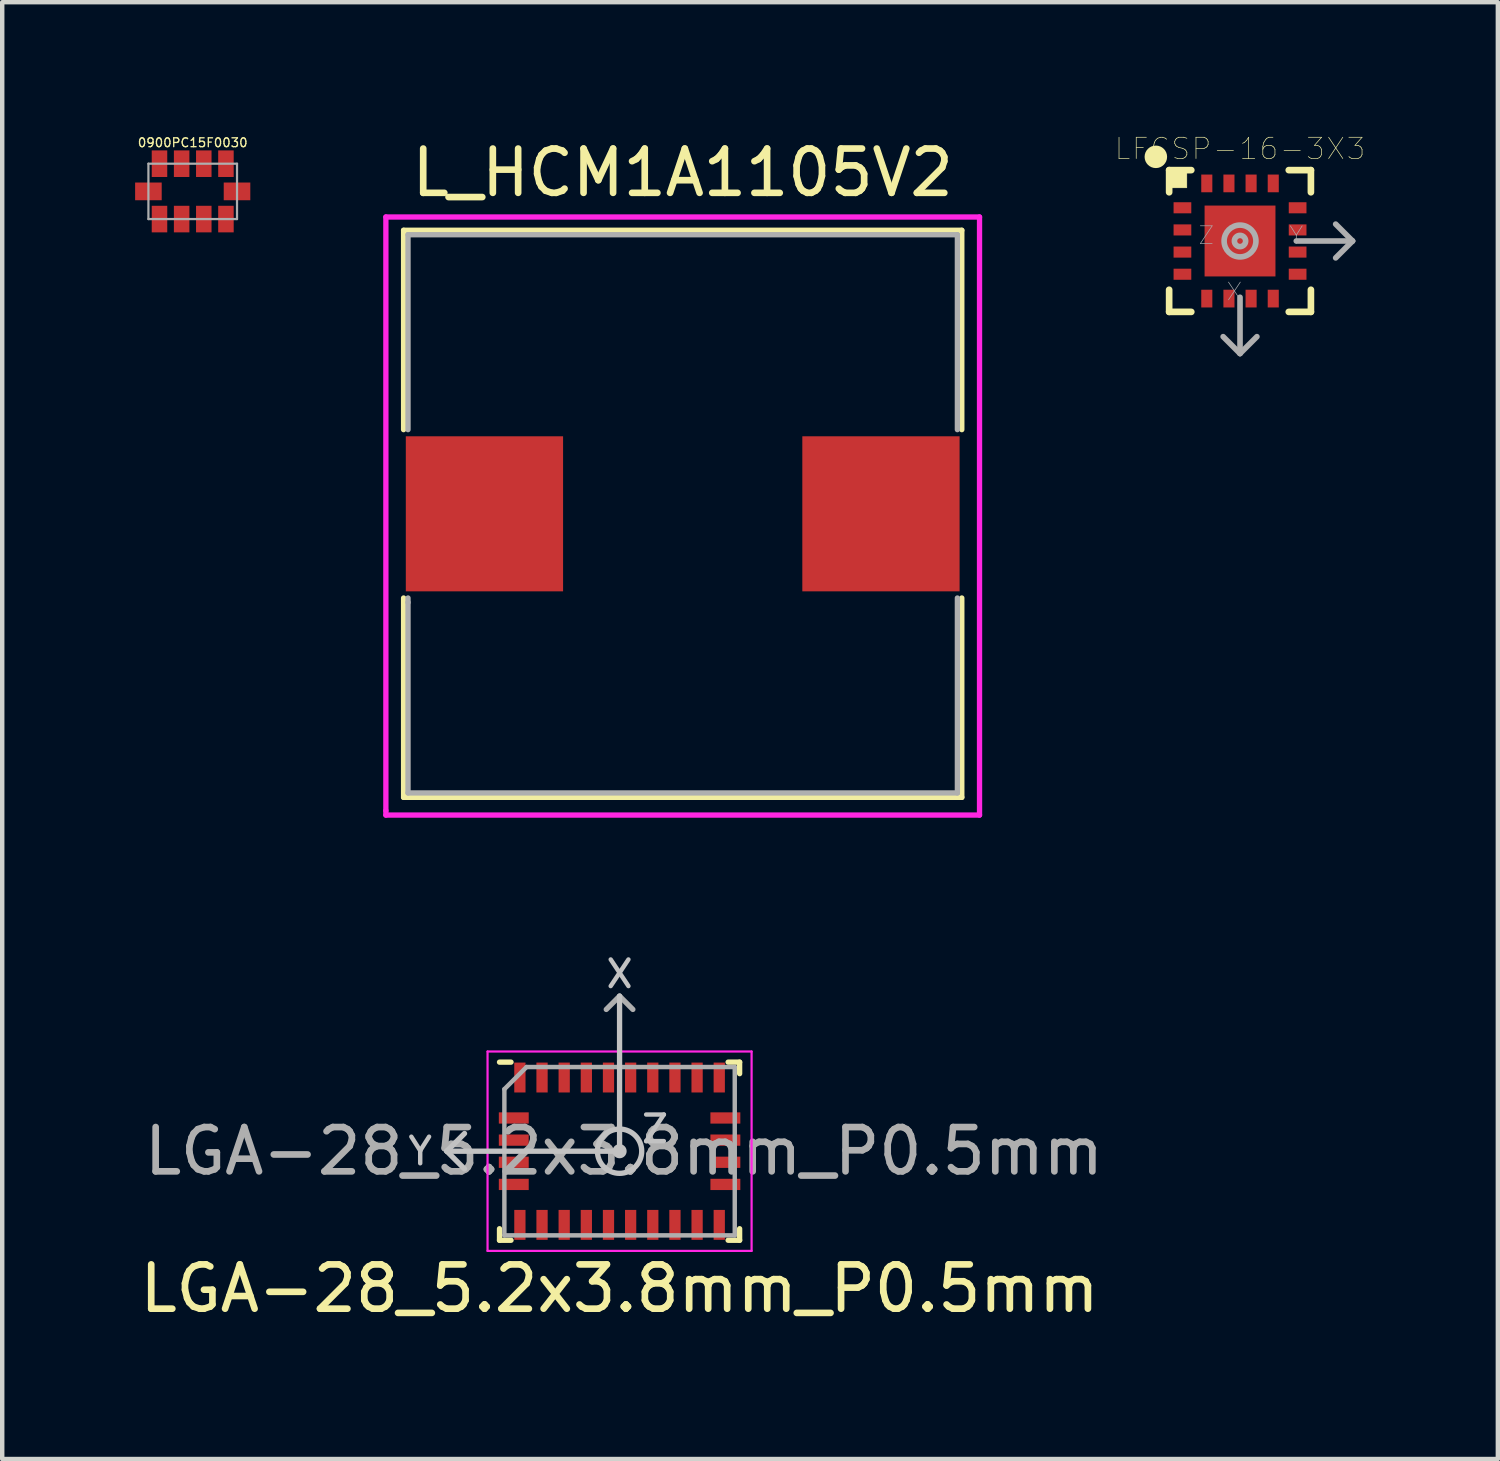
<source format=kicad_pcb>
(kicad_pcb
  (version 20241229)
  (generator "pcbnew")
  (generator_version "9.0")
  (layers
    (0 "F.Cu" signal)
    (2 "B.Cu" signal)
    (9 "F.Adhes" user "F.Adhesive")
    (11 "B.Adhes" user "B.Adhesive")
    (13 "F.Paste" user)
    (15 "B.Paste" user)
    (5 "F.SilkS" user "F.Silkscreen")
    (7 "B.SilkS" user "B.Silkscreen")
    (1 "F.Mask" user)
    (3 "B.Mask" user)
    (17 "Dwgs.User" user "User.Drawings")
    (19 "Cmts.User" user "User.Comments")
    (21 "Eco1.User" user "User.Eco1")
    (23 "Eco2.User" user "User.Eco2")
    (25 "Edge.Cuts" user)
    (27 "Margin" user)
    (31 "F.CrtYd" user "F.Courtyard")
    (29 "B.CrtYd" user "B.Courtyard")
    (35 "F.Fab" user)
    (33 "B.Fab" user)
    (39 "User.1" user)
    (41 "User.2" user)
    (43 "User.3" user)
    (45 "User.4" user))
  (footprint "0900PC15F0030"
    (layer "F.Cu")
    (at 1.3 1.27)
    (property "Reference" "0900PC15F0030" (at 0 -1.1 0) (layer "F.SilkS") (effects (font (size 0.2 0.2) (thickness 0.03))))
    (attr through_hole)
    (fp_line (start -1 -0.625) (end 1 -0.625) (stroke (width 0.05) (type solid)) (layer "F.Fab"))
    (fp_line (start -1 0.625) (end -1 -0.625) (stroke (width 0.05) (type solid)) (layer "F.Fab"))
    (fp_line (start 1 -0.625) (end 1 0.625) (stroke (width 0.05) (type solid)) (layer "F.Fab"))
    (fp_line (start 1 0.625) (end -1 0.625) (stroke (width 0.05) (type solid)) (layer "F.Fab"))
    (pad "1" smd rect (at -0.75 0.625) (size 0.35 0.6) (layers "F.Cu" "F.Mask" "F.Paste"))
    (pad "2" smd rect (at -0.25 0.625) (size 0.35 0.6) (layers "F.Cu" "F.Mask" "F.Paste"))
    (pad "3" smd rect (at 0.25 0.625) (size 0.35 0.6) (layers "F.Cu" "F.Mask" "F.Paste"))
    (pad "4" smd rect (at 0.75 0.625) (size 0.35 0.6) (layers "F.Cu" "F.Mask" "F.Paste"))
    (pad "5" smd rect (at 1 0) (size 0.6 0.4) (layers "F.Cu" "F.Mask" "F.Paste"))
    (pad "6" smd rect (at 0.75 -0.625) (size 0.35 0.6) (layers "F.Cu" "F.Mask" "F.Paste"))
    (pad "7" smd rect (at 0.25 -0.625) (size 0.35 0.6) (layers "F.Cu" "F.Mask" "F.Paste"))
    (pad "8" smd rect (at -0.25 -0.625) (size 0.35 0.6) (layers "F.Cu" "F.Mask" "F.Paste"))
    (pad "9" smd rect (at -0.75 -0.625) (size 0.35 0.6) (layers "F.Cu" "F.Mask" "F.Paste"))
    (pad "10" smd rect (at -1 0) (size 0.6 0.4) (layers "F.Cu" "F.Mask" "F.Paste")))
  (footprint "L_HCM1A1105V2"
    (layer "F.Cu")
    (at 12.36 8.548)
    (property "Reference" "L_HCM1A1105V2" (at 0 -7.7 0) (layer "F.SilkS") (effects (font (size 1 1) (thickness 0.15))))
    (attr through_hole)
    (fp_line (start -6.3 -6.4) (end 6.3 -6.4) (stroke (width 0.12) (type solid)) (layer "F.SilkS"))
    (fp_line (start -6.3 -1.9) (end -6.3 -6.4) (stroke (width 0.12) (type solid)) (layer "F.SilkS"))
    (fp_line (start -6.3 1.9) (end -6.3 6.4) (stroke (width 0.12) (type solid)) (layer "F.SilkS"))
    (fp_line (start -6.3 6.4) (end 6.3 6.4) (stroke (width 0.12) (type solid)) (layer "F.SilkS"))
    (fp_line (start 6.3 -6.4) (end 6.3 -1.9) (stroke (width 0.12) (type solid)) (layer "F.SilkS"))
    (fp_line (start 6.3 6.4) (end 6.3 1.9) (stroke (width 0.12) (type solid)) (layer "F.SilkS"))
    (fp_line (start -6.7 -6.7) (end -6.7 6.7) (stroke (width 0.12) (type solid)) (layer "F.CrtYd"))
    (fp_line (start -6.7 6.7) (end -6.7 6.8) (stroke (width 0.12) (type solid)) (layer "F.CrtYd"))
    (fp_line (start -6.7 6.8) (end 6.7 6.8) (stroke (width 0.12) (type solid)) (layer "F.CrtYd"))
    (fp_line (start 6.7 -6.7) (end -6.7 -6.7) (stroke (width 0.12) (type solid)) (layer "F.CrtYd"))
    (fp_line (start 6.7 6.8) (end 6.7 -6.7) (stroke (width 0.12) (type solid)) (layer "F.CrtYd"))
    (fp_line (start -6.2 -6.3) (end 6.2 -6.3) (stroke (width 0.12) (type solid)) (layer "F.Fab"))
    (fp_line (start -6.2 -1.9) (end -6.2 -6.3) (stroke (width 0.12) (type solid)) (layer "F.Fab"))
    (fp_line (start -6.2 2) (end -6.2 1.9) (stroke (width 0.12) (type solid)) (layer "F.Fab"))
    (fp_line (start -6.2 6.3) (end -6.2 2) (stroke (width 0.12) (type solid)) (layer "F.Fab"))
    (fp_line (start 6.2 -6.3) (end 6.2 -1.9) (stroke (width 0.12) (type solid)) (layer "F.Fab"))
    (fp_line (start 6.2 1.9) (end 6.2 6.3) (stroke (width 0.12) (type solid)) (layer "F.Fab"))
    (fp_line (start 6.2 6.3) (end -6.2 6.3) (stroke (width 0.12) (type solid)) (layer "F.Fab"))
    (pad "1" smd rect (at -4.475 0) (size 3.55 3.5) (layers "F.Cu" "F.Mask" "F.Paste"))
    (pad "2" smd rect (at 4.475 0) (size 3.55 3.5) (layers "F.Cu" "F.Mask" "F.Paste")))
  (footprint "LGA-28_5.2x3.8mm_P0.5mm"
    (layer "F.Cu")
    (at 10.935 22.935)
    (property "Reference" "LGA-28_5.2x3.8mm_P0.5mm" (at 0 3.1 180) (layer "F.SilkS") (effects (font (size 1 1) (thickness 0.15))))
    (attr smd)
    (fp_line (start -2.71 -2.01) (end -2.45 -2.01) (stroke (width 0.12) (type solid)) (layer "F.SilkS"))
    (fp_line (start -2.71 2.01) (end -2.71 1.75) (stroke (width 0.12) (type solid)) (layer "F.SilkS"))
    (fp_line (start -2.71 2.01) (end -2.45 2.01) (stroke (width 0.12) (type solid)) (layer "F.SilkS"))
    (fp_line (start 2.71 -2.01) (end 2.45 -2.01) (stroke (width 0.12) (type solid)) (layer "F.SilkS"))
    (fp_line (start 2.71 -2.01) (end 2.71 -1.75) (stroke (width 0.12) (type solid)) (layer "F.SilkS"))
    (fp_line (start 2.71 2.01) (end 2.45 2.01) (stroke (width 0.12) (type solid)) (layer "F.SilkS"))
    (fp_line (start 2.71 2.01) (end 2.71 1.75) (stroke (width 0.12) (type solid)) (layer "F.SilkS"))
    (fp_line (start -3.9 0) (end -3.5 -0.4) (stroke (width 0.12) (type solid)) (layer "Dwgs.User"))
    (fp_line (start -3.9 0) (end -3.5 0.4) (stroke (width 0.12) (type solid)) (layer "Dwgs.User"))
    (fp_line (start 0 0) (end -3.9 0) (stroke (width 0.12) (type solid)) (layer "Dwgs.User"))
    (fp_line (start 0 0) (end 0 -3.5) (stroke (width 0.12) (type solid)) (layer "Dwgs.User"))
    (fp_circle (center 0 0) (end 0.1 0) (stroke (width 0.12) (type solid)) (fill no) (layer "Dwgs.User"))
    (fp_circle (center 0 0) (end 0.5 0) (stroke (width 0.12) (type solid)) (fill no) (layer "Dwgs.User"))
    (fp_line (start -2.98 -2.25) (end -2.98 2.25) (stroke (width 0.05) (type solid)) (layer "F.CrtYd"))
    (fp_line (start -2.98 2.25) (end 2.98 2.25) (stroke (width 0.05) (type solid)) (layer "F.CrtYd"))
    (fp_line (start 2.98 -2.25) (end -2.98 -2.25) (stroke (width 0.05) (type solid)) (layer "F.CrtYd"))
    (fp_line (start 2.98 2.25) (end 2.98 -2.25) (stroke (width 0.05) (type solid)) (layer "F.CrtYd"))
    (fp_line (start -2.6 -1.4) (end -2.6 1.9) (stroke (width 0.1) (type solid)) (layer "F.Fab"))
    (fp_line (start -2.6 -1.4) (end -2.1 -1.9) (stroke (width 0.1) (type solid)) (layer "F.Fab"))
    (fp_line (start -2.6 1.9) (end 2.6 1.9) (stroke (width 0.1) (type solid)) (layer "F.Fab"))
    (fp_line (start 0 -3.5) (end -0.3 -3.2) (stroke (width 0.12) (type solid)) (layer "F.Fab"))
    (fp_line (start 0 -3.5) (end 0.3 -3.2) (stroke (width 0.12) (type solid)) (layer "F.Fab"))
    (fp_line (start 2.6 -1.9) (end -2.1 -1.9) (stroke (width 0.1) (type solid)) (layer "F.Fab"))
    (fp_line (start 2.6 1.9) (end 2.6 -1.9) (stroke (width 0.1) (type solid)) (layer "F.Fab"))
    (fp_text user "X" (at 0 -4 0) (layer "Dwgs.User") (effects (font (size 0.6 0.6) (thickness 0.1))))
    (fp_text user "Y" (at -4.5 0 0) (layer "Dwgs.User") (effects (font (size 0.6 0.6) (thickness 0.1))))
    (fp_text user "Z" (at 0.8 -0.5 0) (layer "Dwgs.User") (effects (font (size 0.6 0.6) (thickness 0.1))))
    (fp_text user "${REFERENCE}" (at 0.1 0 180) (layer "F.Fab") (effects (font (size 1 1) (thickness 0.15))))
    (pad "1" smd rect (at -2.25 -1.663) (size 0.254 0.675) (layers "F.Cu" "F.Mask" "F.Paste"))
    (pad "2" smd rect (at -2.388 -0.75 90) (size 0.254 0.675) (layers "F.Cu" "F.Mask" "F.Paste"))
    (pad "3" smd rect (at -2.388 -0.25 90) (size 0.254 0.675) (layers "F.Cu" "F.Mask" "F.Paste"))
    (pad "4" smd rect (at -2.388 0.25 90) (size 0.254 0.675) (layers "F.Cu" "F.Mask" "F.Paste"))
    (pad "5" smd rect (at -2.388 0.75 90) (size 0.254 0.675) (layers "F.Cu" "F.Mask" "F.Paste"))
    (pad "6" smd rect (at -2.25 1.663) (size 0.254 0.675) (layers "F.Cu" "F.Mask" "F.Paste"))
    (pad "7" smd rect (at -1.75 1.663) (size 0.254 0.675) (layers "F.Cu" "F.Mask" "F.Paste"))
    (pad "8" smd rect (at -1.25 1.663) (size 0.254 0.675) (layers "F.Cu" "F.Mask" "F.Paste"))
    (pad "9" smd rect (at -0.75 1.663) (size 0.254 0.675) (layers "F.Cu" "F.Mask" "F.Paste"))
    (pad "10" smd rect (at -0.25 1.663) (size 0.254 0.675) (layers "F.Cu" "F.Mask" "F.Paste"))
    (pad "11" smd rect (at 0.25 1.663) (size 0.254 0.675) (layers "F.Cu" "F.Mask" "F.Paste"))
    (pad "12" smd rect (at 0.75 1.663) (size 0.254 0.675) (layers "F.Cu" "F.Mask" "F.Paste"))
    (pad "13" smd rect (at 1.25 1.663) (size 0.254 0.675) (layers "F.Cu" "F.Mask" "F.Paste"))
    (pad "14" smd rect (at 1.75 1.663) (size 0.254 0.675) (layers "F.Cu" "F.Mask" "F.Paste"))
    (pad "15" smd rect (at 2.25 1.663) (size 0.254 0.675) (layers "F.Cu" "F.Mask" "F.Paste"))
    (pad "16" smd rect (at 2.388 0.75 90) (size 0.254 0.675) (layers "F.Cu" "F.Mask" "F.Paste"))
    (pad "17" smd rect (at 2.388 0.25 90) (size 0.254 0.675) (layers "F.Cu" "F.Mask" "F.Paste"))
    (pad "18" smd rect (at 2.388 -0.25 90) (size 0.254 0.675) (layers "F.Cu" "F.Mask" "F.Paste"))
    (pad "19" smd rect (at 2.388 -0.75 90) (size 0.254 0.675) (layers "F.Cu" "F.Mask" "F.Paste"))
    (pad "20" smd rect (at 2.25 -1.663) (size 0.254 0.675) (layers "F.Cu" "F.Mask" "F.Paste"))
    (pad "21" smd rect (at 1.75 -1.663) (size 0.254 0.675) (layers "F.Cu" "F.Mask" "F.Paste"))
    (pad "22" smd rect (at 1.25 -1.663) (size 0.254 0.675) (layers "F.Cu" "F.Mask" "F.Paste"))
    (pad "23" smd rect (at 0.75 -1.663) (size 0.254 0.675) (layers "F.Cu" "F.Mask" "F.Paste"))
    (pad "24" smd rect (at 0.25 -1.663) (size 0.254 0.675) (layers "F.Cu" "F.Mask" "F.Paste"))
    (pad "25" smd rect (at -0.25 -1.663) (size 0.254 0.675) (layers "F.Cu" "F.Mask" "F.Paste"))
    (pad "26" smd rect (at -0.75 -1.663) (size 0.254 0.675) (layers "F.Cu" "F.Mask" "F.Paste"))
    (pad "27" smd rect (at -1.25 -1.663) (size 0.254 0.675) (layers "F.Cu" "F.Mask" "F.Paste"))
    (pad "28" smd rect (at -1.75 -1.663) (size 0.254 0.675) (layers "F.Cu" "F.Mask" "F.Paste")))
  (footprint "LFCSP-16-3X3"
    (layer "F.Cu")
    (at 24.94 2.39)
    (property "Reference" "LFCSP-16-3X3" (at 0 -2.083 0) (layer "F.SilkS") (effects (font (size 0.48 0.48) (thickness 0.015))))
    (attr through_hole)
    (fp_poly (pts (xy -0.9 -0.9) (xy 0.9 -0.9) (xy 0.9 0.9) (xy -0.9 0.9)) (stroke (width 0.01) (type solid)) (fill yes) (layer "F.Mask"))
    (fp_line (start -1.6 -1.6) (end -1.1 -1.6) (stroke (width 0.15) (type solid)) (layer "F.SilkS"))
    (fp_line (start -1.6 -1.1) (end -1.6 -1.6) (stroke (width 0.15) (type solid)) (layer "F.SilkS"))
    (fp_line (start -1.6 1.6) (end -1.6 1.1) (stroke (width 0.15) (type solid)) (layer "F.SilkS"))
    (fp_line (start -1.1 1.6) (end -1.6 1.6) (stroke (width 0.15) (type solid)) (layer "F.SilkS"))
    (fp_line (start 1.1 -1.6) (end 1.6 -1.6) (stroke (width 0.15) (type solid)) (layer "F.SilkS"))
    (fp_line (start 1.6 -1.6) (end 1.6 -1.1) (stroke (width 0.15) (type solid)) (layer "F.SilkS"))
    (fp_line (start 1.6 1.1) (end 1.6 1.6) (stroke (width 0.15) (type solid)) (layer "F.SilkS"))
    (fp_line (start 1.6 1.6) (end 1.1 1.6) (stroke (width 0.15) (type solid)) (layer "F.SilkS"))
    (fp_circle (center -1.9 -1.9) (end -1.646 -1.9) (stroke (width 0) (type solid)) (fill yes) (layer "F.SilkS"))
    (fp_poly (pts (xy -1.6 -1.6) (xy -1.2 -1.6) (xy -1.2 -1.2) (xy -1.6 -1.2)) (stroke (width 0.01) (type solid)) (fill yes) (layer "F.SilkS"))
    (fp_poly (pts (xy -0.356 -0.356) (xy 0.356 -0.356) (xy 0.356 0.356) (xy -0.356 0.356)) (stroke (width 0.01) (type solid)) (fill yes) (layer "F.Paste"))
    (fp_line (start 0 1.27) (end 0 2.54) (stroke (width 0.127) (type solid)) (layer "F.Fab"))
    (fp_line (start 0 2.54) (end -0.381 2.159) (stroke (width 0.127) (type solid)) (layer "F.Fab"))
    (fp_line (start 0 2.54) (end 0.381 2.159) (stroke (width 0.127) (type solid)) (layer "F.Fab"))
    (fp_line (start 1.27 0) (end 2.54 0) (stroke (width 0.127) (type solid)) (layer "F.Fab"))
    (fp_line (start 2.54 0) (end 2.159 -0.381) (stroke (width 0.127) (type solid)) (layer "F.Fab"))
    (fp_line (start 2.54 0) (end 2.159 0.381) (stroke (width 0.127) (type solid)) (layer "F.Fab"))
    (fp_circle (center 0 0) (end 0.127 0) (stroke (width 0.127) (type solid)) (fill no) (layer "F.Fab"))
    (fp_circle (center 0 0) (end 0.359 0) (stroke (width 0.127) (type solid)) (fill no) (layer "F.Fab"))
    (fp_text user "Y" (at 1.27 -0.127 0) (layer "F.Fab") (effects (font (size 0.4 0.4) (thickness 0.015))))
    (fp_text user "Z" (at -0.762 -0.127 0) (layer "F.Fab") (effects (font (size 0.4 0.4) (thickness 0.015))))
    (fp_text user "X" (at -0.127 1.143 0) (layer "F.Fab") (effects (font (size 0.4 0.4) (thickness 0.015))))
    (pad "1" smd rect (at -1.3 -0.75) (size 0.4 0.25) (layers "F.Cu" "F.Mask" "F.Paste"))
    (pad "2" smd rect (at -1.3 -0.25) (size 0.4 0.25) (layers "F.Cu" "F.Mask" "F.Paste"))
    (pad "3" smd rect (at -1.3 0.25) (size 0.4 0.25) (layers "F.Cu" "F.Mask" "F.Paste"))
    (pad "4" smd rect (at -1.3 0.75) (size 0.4 0.25) (layers "F.Cu" "F.Mask" "F.Paste"))
    (pad "5" smd rect (at -0.75 1.3) (size 0.25 0.4) (layers "F.Cu" "F.Mask" "F.Paste"))
    (pad "6" smd rect (at -0.25 1.3) (size 0.25 0.4) (layers "F.Cu" "F.Mask" "F.Paste"))
    (pad "7" smd rect (at 0.25 1.3) (size 0.25 0.4) (layers "F.Cu" "F.Mask" "F.Paste"))
    (pad "8" smd rect (at 0.75 1.3) (size 0.25 0.4) (layers "F.Cu" "F.Mask" "F.Paste"))
    (pad "9" smd rect (at 1.3 0.75) (size 0.4 0.25) (layers "F.Cu" "F.Mask" "F.Paste"))
    (pad "10" smd rect (at 1.3 0.25) (size 0.4 0.25) (layers "F.Cu" "F.Mask" "F.Paste"))
    (pad "11" smd rect (at 1.3 -0.25) (size 0.4 0.25) (layers "F.Cu" "F.Mask" "F.Paste"))
    (pad "12" smd rect (at 1.3 -0.75) (size 0.4 0.25) (layers "F.Cu" "F.Mask" "F.Paste"))
    (pad "13" smd rect (at 0.75 -1.3) (size 0.25 0.4) (layers "F.Cu" "F.Mask" "F.Paste"))
    (pad "14" smd rect (at 0.25 -1.3) (size 0.25 0.4) (layers "F.Cu" "F.Mask" "F.Paste"))
    (pad "15" smd rect (at -0.25 -1.3) (size 0.25 0.4) (layers "F.Cu" "F.Mask" "F.Paste"))
    (pad "16" smd rect (at -0.75 -1.3) (size 0.25 0.4) (layers "F.Cu" "F.Mask" "F.Paste"))
    (pad "EXP" smd rect (at 0 0) (size 1.6 1.6) (layers "F.Cu")))
  (gr_rect
    (start -3 -3)
    (end 30.76 29.883)
    (stroke (width 0.1) (type default))
    (fill no)
    (layer "Edge.Cuts")))
</source>
